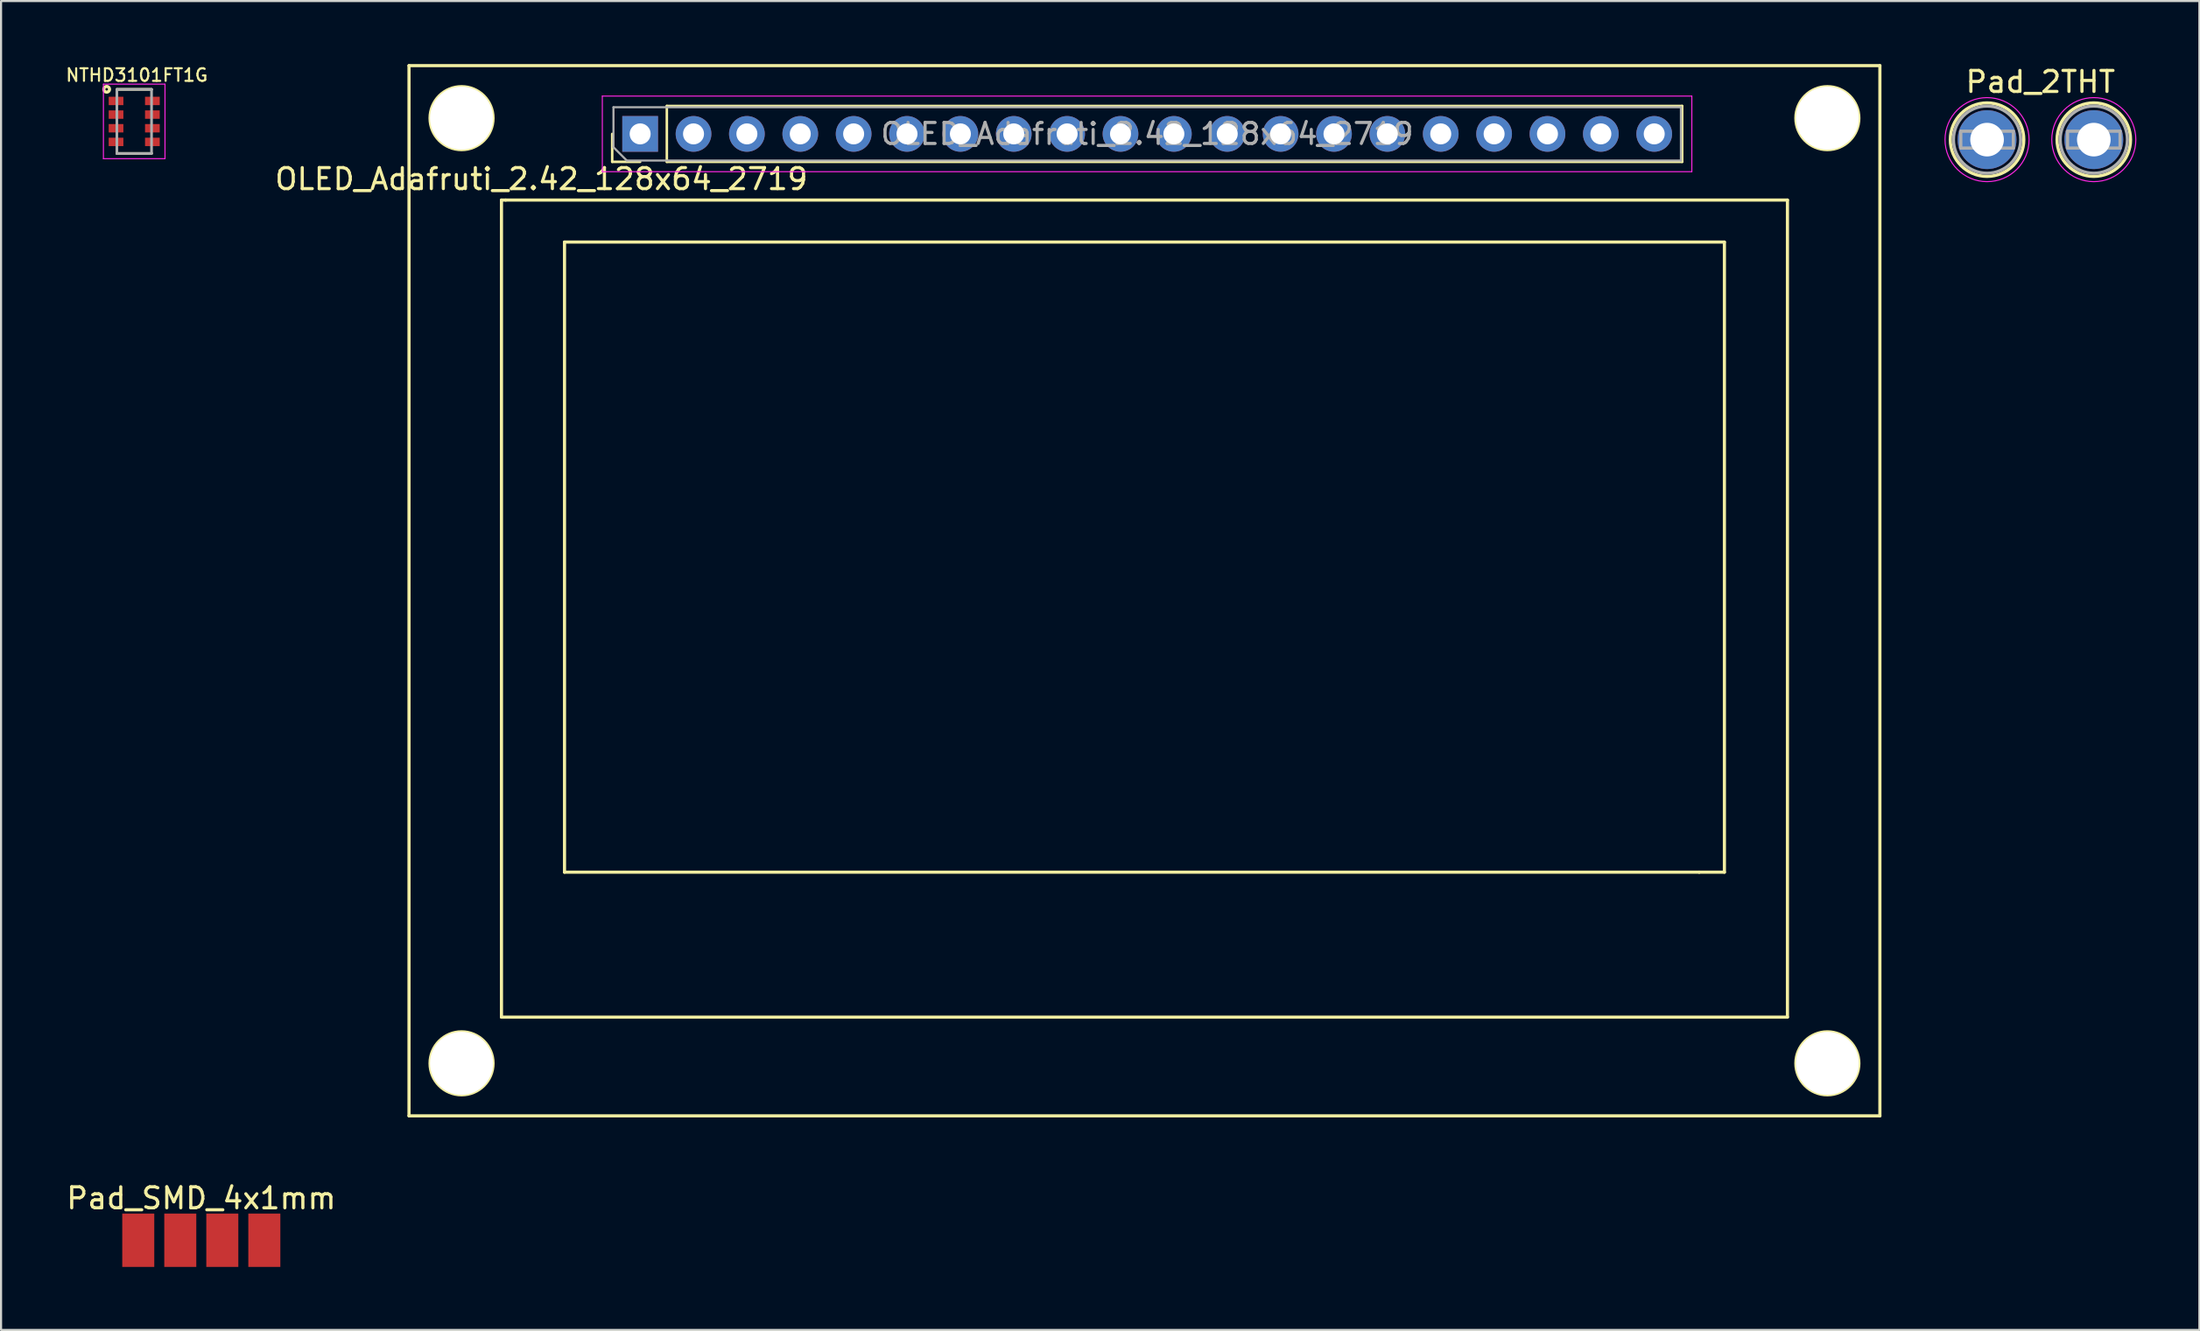
<source format=kicad_pcb>
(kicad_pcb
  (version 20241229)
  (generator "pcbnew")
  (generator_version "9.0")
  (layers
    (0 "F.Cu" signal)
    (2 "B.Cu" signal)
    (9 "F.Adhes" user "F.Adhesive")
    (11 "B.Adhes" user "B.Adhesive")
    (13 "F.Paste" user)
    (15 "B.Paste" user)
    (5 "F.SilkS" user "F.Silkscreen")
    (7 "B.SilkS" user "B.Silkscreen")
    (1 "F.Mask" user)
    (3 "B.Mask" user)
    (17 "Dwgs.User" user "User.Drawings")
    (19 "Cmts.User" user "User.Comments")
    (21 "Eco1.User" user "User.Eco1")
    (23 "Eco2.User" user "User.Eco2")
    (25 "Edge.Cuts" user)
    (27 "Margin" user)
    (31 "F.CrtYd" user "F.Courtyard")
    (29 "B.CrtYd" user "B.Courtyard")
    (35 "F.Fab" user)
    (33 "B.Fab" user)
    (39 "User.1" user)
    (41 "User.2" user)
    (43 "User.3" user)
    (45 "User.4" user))
  (footprint "NTHD3101FT1G"
    (layer "F.Cu")
    (at 3.337 2.731)
    (property "Reference" "NTHD3101FT1G" (at 0.124 -2.205 0) (layer "F.SilkS") (effects (font (size 0.6 0.6) (thickness 0.1))))
    (attr through_hole)
    (fp_line (start -0.825 -1.525) (end 0.825 -1.525) (stroke (width 0.127) (type solid)) (layer "F.SilkS"))
    (fp_line (start -0.825 1.525) (end 0.825 1.525) (stroke (width 0.127) (type solid)) (layer "F.SilkS"))
    (fp_circle (center -1.31 -1.53) (end -1.25 -1.52) (stroke (width 0.15) (type solid)) (fill no) (layer "F.SilkS"))
    (fp_line (start -1.465 -1.775) (end 1.465 -1.775) (stroke (width 0.05) (type solid)) (layer "F.CrtYd"))
    (fp_line (start -1.465 1.775) (end -1.465 -1.775) (stroke (width 0.05) (type solid)) (layer "F.CrtYd"))
    (fp_line (start 1.465 -1.775) (end 1.465 1.775) (stroke (width 0.05) (type solid)) (layer "F.CrtYd"))
    (fp_line (start 1.465 1.775) (end -1.465 1.775) (stroke (width 0.05) (type solid)) (layer "F.CrtYd"))
    (fp_line (start -0.825 -1.525) (end 0.825 -1.525) (stroke (width 0.127) (type solid)) (layer "F.Fab"))
    (fp_line (start -0.825 1.525) (end -0.825 -1.525) (stroke (width 0.127) (type solid)) (layer "F.Fab"))
    (fp_line (start 0.825 -1.525) (end 0.825 1.525) (stroke (width 0.127) (type solid)) (layer "F.Fab"))
    (fp_line (start 0.825 1.525) (end -0.825 1.525) (stroke (width 0.127) (type solid)) (layer "F.Fab"))
    (pad "1" smd rect (at -0.865 -0.975) (size 0.7 0.4) (layers "F.Cu" "F.Mask" "F.Paste"))
    (pad "2" smd rect (at -0.865 -0.325) (size 0.7 0.4) (layers "F.Cu" "F.Mask" "F.Paste"))
    (pad "3" smd rect (at -0.865 0.325) (size 0.7 0.4) (layers "F.Cu" "F.Mask" "F.Paste"))
    (pad "4" smd rect (at -0.865 0.975) (size 0.7 0.4) (layers "F.Cu" "F.Mask" "F.Paste"))
    (pad "5" smd rect (at 0.865 0.975) (size 0.7 0.4) (layers "F.Cu" "F.Mask" "F.Paste"))
    (pad "6" smd rect (at 0.865 0.325) (size 0.7 0.4) (layers "F.Cu" "F.Mask" "F.Paste"))
    (pad "7" smd rect (at 0.865 -0.325) (size 0.7 0.4) (layers "F.Cu" "F.Mask" "F.Paste"))
    (pad "8" smd rect (at 0.865 -0.975) (size 0.7 0.4) (layers "F.Cu" "F.Mask" "F.Paste")))
  (footprint "OLED_Adafruti_2.42_128x64_2719"
    (layer "F.Cu")
    (at 27.415 7.075)
    (property "Reference" "OLED_Adafruti_2.42_128x64_2719" (at -4.7 -1.6 180) (layer "F.SilkS") (effects (font (size 1 1) (thickness 0.15))))
    (attr through_hole)
    (fp_line (start -11 -7) (end 59 -7) (stroke (width 0.15) (type solid)) (layer "F.SilkS"))
    (fp_line (start -11 43) (end -11 -7) (stroke (width 0.15) (type solid)) (layer "F.SilkS"))
    (fp_line (start -6.6 -0.6) (end -6.6 38.3) (stroke (width 0.15) (type solid)) (layer "F.SilkS"))
    (fp_line (start -6.6 38.3) (end 54.6 38.3) (stroke (width 0.15) (type solid)) (layer "F.SilkS"))
    (fp_line (start -6.4 -0.6) (end -6.6 -0.6) (stroke (width 0.15) (type solid)) (layer "F.SilkS"))
    (fp_line (start -3.6 1.4) (end -3.6 31.4) (stroke (width 0.15) (type solid)) (layer "F.SilkS"))
    (fp_line (start -3.6 31.4) (end 50.4 31.4) (stroke (width 0.15) (type solid)) (layer "F.SilkS"))
    (fp_line (start -1.33 -2.42) (end -1.33 -3.75) (stroke (width 0.12) (type solid)) (layer "F.SilkS"))
    (fp_line (start 0 -2.42) (end -1.33 -2.42) (stroke (width 0.12) (type solid)) (layer "F.SilkS"))
    (fp_line (start 1.27 -5.08) (end 49.59 -5.08) (stroke (width 0.12) (type solid)) (layer "F.SilkS"))
    (fp_line (start 1.27 -2.42) (end 1.27 -5.08) (stroke (width 0.12) (type solid)) (layer "F.SilkS"))
    (fp_line (start 1.27 -2.42) (end 49.59 -2.42) (stroke (width 0.12) (type solid)) (layer "F.SilkS"))
    (fp_line (start 49.59 -2.42) (end 49.59 -5.08) (stroke (width 0.12) (type solid)) (layer "F.SilkS"))
    (fp_line (start 50.4 31.4) (end 51.6 31.4) (stroke (width 0.15) (type solid)) (layer "F.SilkS"))
    (fp_line (start 51.6 1.4) (end -3.6 1.4) (stroke (width 0.15) (type solid)) (layer "F.SilkS"))
    (fp_line (start 51.6 31.4) (end 51.6 1.4) (stroke (width 0.15) (type solid)) (layer "F.SilkS"))
    (fp_line (start 54.6 -0.6) (end -6.4 -0.6) (stroke (width 0.15) (type solid)) (layer "F.SilkS"))
    (fp_line (start 54.6 38.3) (end 54.6 -0.6) (stroke (width 0.15) (type solid)) (layer "F.SilkS"))
    (fp_line (start 59 -7) (end 59 43) (stroke (width 0.15) (type solid)) (layer "F.SilkS"))
    (fp_line (start 59 43) (end -11 43) (stroke (width 0.15) (type solid)) (layer "F.SilkS"))
    (fp_circle (center -8.5 -4.5) (end -7 -4.5) (stroke (width 0.15) (type solid)) (fill no) (layer "F.SilkS"))
    (fp_circle (center -8.5 40.5) (end -7 40.5) (stroke (width 0.15) (type solid)) (fill no) (layer "F.SilkS"))
    (fp_circle (center 56.5 -4.5) (end 58 -4.5) (stroke (width 0.15) (type solid)) (fill no) (layer "F.SilkS"))
    (fp_circle (center 56.5 40.5) (end 58 40.5) (stroke (width 0.15) (type solid)) (fill no) (layer "F.SilkS"))
    (fp_line (start -1.8 -5.55) (end -1.8 -1.95) (stroke (width 0.05) (type solid)) (layer "F.CrtYd"))
    (fp_line (start -1.8 -1.95) (end 50.05 -1.95) (stroke (width 0.05) (type solid)) (layer "F.CrtYd"))
    (fp_line (start 50.05 -5.55) (end -1.8 -5.55) (stroke (width 0.05) (type solid)) (layer "F.CrtYd"))
    (fp_line (start 50.05 -1.95) (end 50.05 -5.55) (stroke (width 0.05) (type solid)) (layer "F.CrtYd"))
    (fp_line (start -1.27 -5.02) (end 49.53 -5.02) (stroke (width 0.1) (type solid)) (layer "F.Fab"))
    (fp_line (start -1.27 -3.115) (end -1.27 -5.02) (stroke (width 0.1) (type solid)) (layer "F.Fab"))
    (fp_line (start -0.635 -2.48) (end -1.27 -3.115) (stroke (width 0.1) (type solid)) (layer "F.Fab"))
    (fp_line (start 49.53 -5.02) (end 49.53 -2.48) (stroke (width 0.1) (type solid)) (layer "F.Fab"))
    (fp_line (start 49.53 -2.48) (end -0.635 -2.48) (stroke (width 0.1) (type solid)) (layer "F.Fab"))
    (fp_text user "${REFERENCE}" (at 24.13 -3.75 180) (layer "F.Fab") (effects (font (size 1 1) (thickness 0.15))))
    (pad "" thru_hole circle (at -8.5 -4.5) (size 3 3) (drill 3) (layers "*.Cu" "*.Mask"))
    (pad "" thru_hole circle (at -8.5 40.5) (size 3 3) (drill 3) (layers "*.Cu" "*.Mask"))
    (pad "" thru_hole circle (at 56.5 -4.5) (size 3 3) (drill 3) (layers "*.Cu" "*.Mask"))
    (pad "" thru_hole circle (at 56.5 40.5) (size 3 3) (drill 3) (layers "*.Cu" "*.Mask"))
    (pad "1" thru_hole rect (at 0 -3.75 90) (size 1.7 1.7) (drill 1) (layers "*.Cu" "*.Mask"))
    (pad "2" thru_hole oval (at 2.54 -3.75 90) (size 1.7 1.7) (drill 1) (layers "*.Cu" "*.Mask"))
    (pad "3" thru_hole oval (at 5.08 -3.75 90) (size 1.7 1.7) (drill 1) (layers "*.Cu" "*.Mask"))
    (pad "4" thru_hole oval (at 7.62 -3.75 90) (size 1.7 1.7) (drill 1) (layers "*.Cu" "*.Mask"))
    (pad "5" thru_hole oval (at 10.16 -3.75 90) (size 1.7 1.7) (drill 1) (layers "*.Cu" "*.Mask"))
    (pad "6" thru_hole oval (at 12.7 -3.75 90) (size 1.7 1.7) (drill 1) (layers "*.Cu" "*.Mask"))
    (pad "7" thru_hole oval (at 15.24 -3.75 90) (size 1.7 1.7) (drill 1) (layers "*.Cu" "*.Mask"))
    (pad "8" thru_hole oval (at 17.78 -3.75 90) (size 1.7 1.7) (drill 1) (layers "*.Cu" "*.Mask"))
    (pad "9" thru_hole oval (at 20.32 -3.75 90) (size 1.7 1.7) (drill 1) (layers "*.Cu" "*.Mask"))
    (pad "10" thru_hole oval (at 22.86 -3.75 90) (size 1.7 1.7) (drill 1) (layers "*.Cu" "*.Mask"))
    (pad "11" thru_hole oval (at 25.4 -3.75 90) (size 1.7 1.7) (drill 1) (layers "*.Cu" "*.Mask"))
    (pad "12" thru_hole oval (at 27.94 -3.75 90) (size 1.7 1.7) (drill 1) (layers "*.Cu" "*.Mask"))
    (pad "13" thru_hole oval (at 30.48 -3.75 90) (size 1.7 1.7) (drill 1) (layers "*.Cu" "*.Mask"))
    (pad "14" thru_hole oval (at 33.02 -3.75 90) (size 1.7 1.7) (drill 1) (layers "*.Cu" "*.Mask"))
    (pad "15" thru_hole oval (at 35.56 -3.75 90) (size 1.7 1.7) (drill 1) (layers "*.Cu" "*.Mask"))
    (pad "16" thru_hole oval (at 38.1 -3.75 90) (size 1.7 1.7) (drill 1) (layers "*.Cu" "*.Mask"))
    (pad "17" thru_hole oval (at 40.64 -3.75 90) (size 1.7 1.7) (drill 1) (layers "*.Cu" "*.Mask"))
    (pad "18" thru_hole oval (at 43.18 -3.75 90) (size 1.7 1.7) (drill 1) (layers "*.Cu" "*.Mask"))
    (pad "19" thru_hole oval (at 45.72 -3.75 90) (size 1.7 1.7) (drill 1) (layers "*.Cu" "*.Mask"))
    (pad "20" thru_hole oval (at 48.26 -3.75 90) (size 1.7 1.7) (drill 1) (layers "*.Cu" "*.Mask")))
  (footprint "Pad_2THT"
    (layer "F.Cu")
    (at 91.515 3.598)
    (property "Reference" "Pad_2THT" (at 2.54 -2.75 0) (layer "F.SilkS") (effects (font (size 1 1) (thickness 0.15))))
    (attr exclude_from_pos_files exclude_from_bom)
    (fp_circle (center 0 0) (end 1.75 0) (stroke (width 0.15) (type solid)) (fill no) (layer "F.SilkS"))
    (fp_circle (center 5.08 0) (end 6.83 0) (stroke (width 0.15) (type solid)) (fill no) (layer "F.SilkS"))
    (fp_circle (center 0 0) (end 2 0) (stroke (width 0.05) (type solid)) (fill no) (layer "F.CrtYd"))
    (fp_circle (center 5.08 0) (end 7.08 0) (stroke (width 0.05) (type solid)) (fill no) (layer "F.CrtYd"))
    (fp_line (start -1.25 -0.4) (end 1.25 -0.4) (stroke (width 0.15) (type solid)) (layer "F.Fab"))
    (fp_line (start -1.25 0.4) (end -1.25 -0.4) (stroke (width 0.15) (type solid)) (layer "F.Fab"))
    (fp_line (start 1.25 -0.4) (end 1.25 0.4) (stroke (width 0.15) (type solid)) (layer "F.Fab"))
    (fp_line (start 1.25 0.4) (end -1.25 0.4) (stroke (width 0.15) (type solid)) (layer "F.Fab"))
    (fp_line (start 3.83 -0.4) (end 6.33 -0.4) (stroke (width 0.15) (type solid)) (layer "F.Fab"))
    (fp_line (start 3.83 0.4) (end 3.83 -0.4) (stroke (width 0.15) (type solid)) (layer "F.Fab"))
    (fp_line (start 6.33 -0.4) (end 6.33 0.4) (stroke (width 0.15) (type solid)) (layer "F.Fab"))
    (fp_line (start 6.33 0.4) (end 3.83 0.4) (stroke (width 0.15) (type solid)) (layer "F.Fab"))
    (fp_circle (center 0 0) (end 1.6 0) (stroke (width 0.15) (type solid)) (fill no) (layer "F.Fab"))
    (fp_circle (center 5.08 0) (end 6.68 0) (stroke (width 0.15) (type solid)) (fill no) (layer "F.Fab"))
    (pad "1" thru_hole circle (at 0 0) (size 2.8 2.8) (drill 1.6) (layers "*.Cu" "*.Mask"))
    (pad "2" thru_hole circle (at 5.08 0) (size 2.8 2.8) (drill 1.6) (layers "*.Cu" "*.Mask")))
  (footprint "Pad_SMD_4x1mm"
    (layer "F.Cu")
    (at 6.53 55.998)
    (property "Reference" "Pad_SMD_4x1mm" (at 0 -2 0) (layer "F.SilkS") (effects (font (size 1 1) (thickness 0.15))))
    (attr through_hole)
    (pad "1" smd rect (at -3 0 90) (size 2.54 1.524) (layers "F.Cu" "F.Mask" "F.Paste"))
    (pad "2" smd rect (at -1 0 90) (size 2.54 1.524) (layers "F.Cu" "F.Mask" "F.Paste"))
    (pad "3" smd rect (at 1 0 90) (size 2.54 1.524) (layers "F.Cu" "F.Mask" "F.Paste"))
    (pad "4" smd rect (at 3 0 90) (size 2.54 1.524) (layers "F.Cu" "F.Mask" "F.Paste")))
  (gr_rect
    (start -3 -3)
    (end 101.62 60.268)
    (stroke (width 0.1) (type default))
    (fill no)
    (layer "Edge.Cuts")))
</source>
